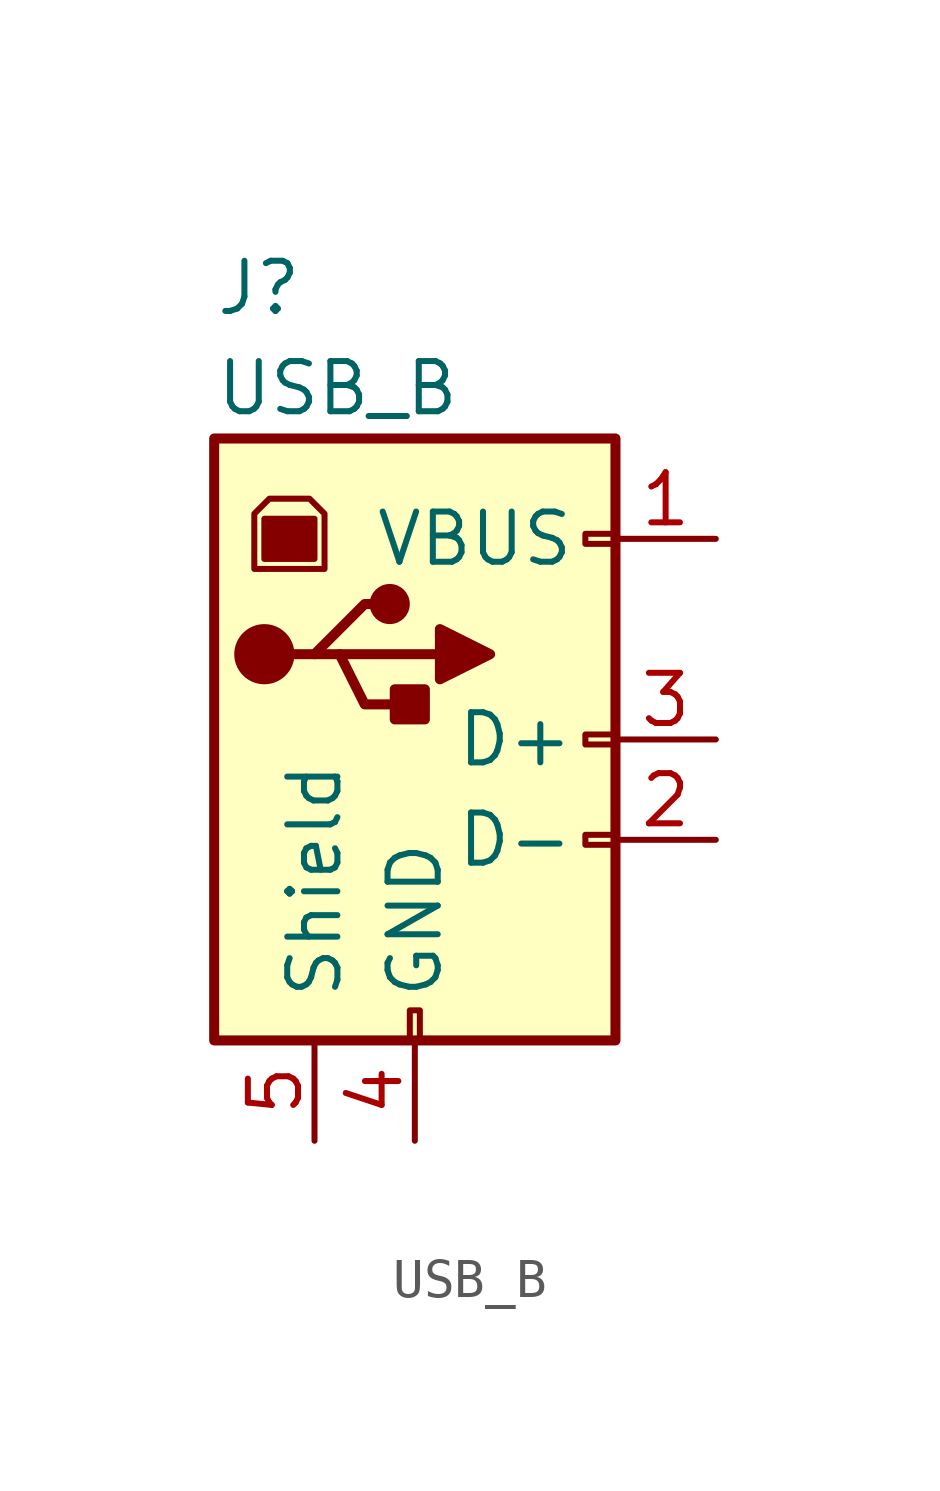
<source format=kicad_sym>
(kicad_symbol_lib
  (version 20241209)
  (generator "kicad_symbol_editor")
  (generator_version "9.0")
  (symbol "USB_B"
    (pin_names
      (offset 1.016))
    (property "Reference" "J"
      (at -5.08 11.43 0)
      (effects (font (size 1.27 1.27)) (justify left)))
    (property "Value" "USB_B"
      (at -5.08 8.89 0)
      (effects (font (size 1.27 1.27)) (justify left)))
    (symbol "USB_B_0_1"
      (rectangle (start -5.08 -7.62) (end 5.08 7.62) (stroke (width 0.254) (type solid)) (fill (type background)))
      (polyline (pts (xy -4.064 4.318) (xy -2.286 4.318) (xy -2.286 5.715) (xy -2.667 6.096) (xy -3.683 6.096) (xy -4.064 5.715) (xy -4.064 4.318)) (stroke (width 0) (type solid)) (fill (type none)))
      (rectangle (start -3.81 5.588) (end -2.54 4.572) (stroke (width 0) (type solid)) (fill (type outline)))
      (circle (center -3.81 2.159) (radius 0.635) (stroke (width 0.254) (type solid)) (fill (type outline)))
      (polyline (pts (xy -3.175 2.159) (xy -2.54 2.159) (xy -1.27 3.429) (xy -0.635 3.429)) (stroke (width 0.254) (type solid)) (fill (type none)))
      (polyline (pts (xy -2.54 2.159) (xy -1.905 2.159) (xy -1.27 0.889) (xy 0 0.889)) (stroke (width 0.254) (type solid)) (fill (type none)))
      (polyline (pts (xy -1.905 2.159) (xy 0.635 2.159)) (stroke (width 0.254) (type solid)) (fill (type none)))
      (circle (center -0.635 3.429) (radius 0.381) (stroke (width 0.254) (type solid)) (fill (type outline)))
      (rectangle (start -0.127 -7.62) (end 0.127 -6.858) (stroke (width 0) (type solid)) (fill (type none)))
      (rectangle (start 0.254 1.27) (end -0.508 0.508) (stroke (width 0.254) (type solid)) (fill (type outline)))
      (polyline (pts (xy 0.635 2.794) (xy 0.635 1.524) (xy 1.905 2.159) (xy 0.635 2.794)) (stroke (width 0.254) (type solid)) (fill (type outline)))
      (rectangle (start 5.08 4.953) (end 4.318 5.207) (stroke (width 0) (type solid)) (fill (type none)))
      (rectangle (start 5.08 -0.127) (end 4.318 0.127) (stroke (width 0) (type solid)) (fill (type none)))
      (rectangle (start 5.08 -2.667) (end 4.318 -2.413) (stroke (width 0) (type solid)) (fill (type none))))
    (symbol "USB_B_1_1"
      (pin passive line (at -2.54 -10.16 90) (length 2.54) (name "Shield" (effects (font (size 1.27 1.27)))) (number "5" (effects (font (size 1.27 1.27)))))
      (pin power_in line (at 0 -10.16 90) (length 2.54) (name "GND" (effects (font (size 1.27 1.27)))) (number "4" (effects (font (size 1.27 1.27)))))
      (pin power_out line (at 7.62 5.08 180) (length 2.54) (name "VBUS" (effects (font (size 1.27 1.27)))) (number "1" (effects (font (size 1.27 1.27)))))
      (pin passive line (at 7.62 0 180) (length 2.54) (name "D+" (effects (font (size 1.27 1.27)))) (number "3" (effects (font (size 1.27 1.27)))))
      (pin passive line (at 7.62 -2.54 180) (length 2.54) (name "D-" (effects (font (size 1.27 1.27)))) (number "2" (effects (font (size 1.27 1.27))))))))
</source>
